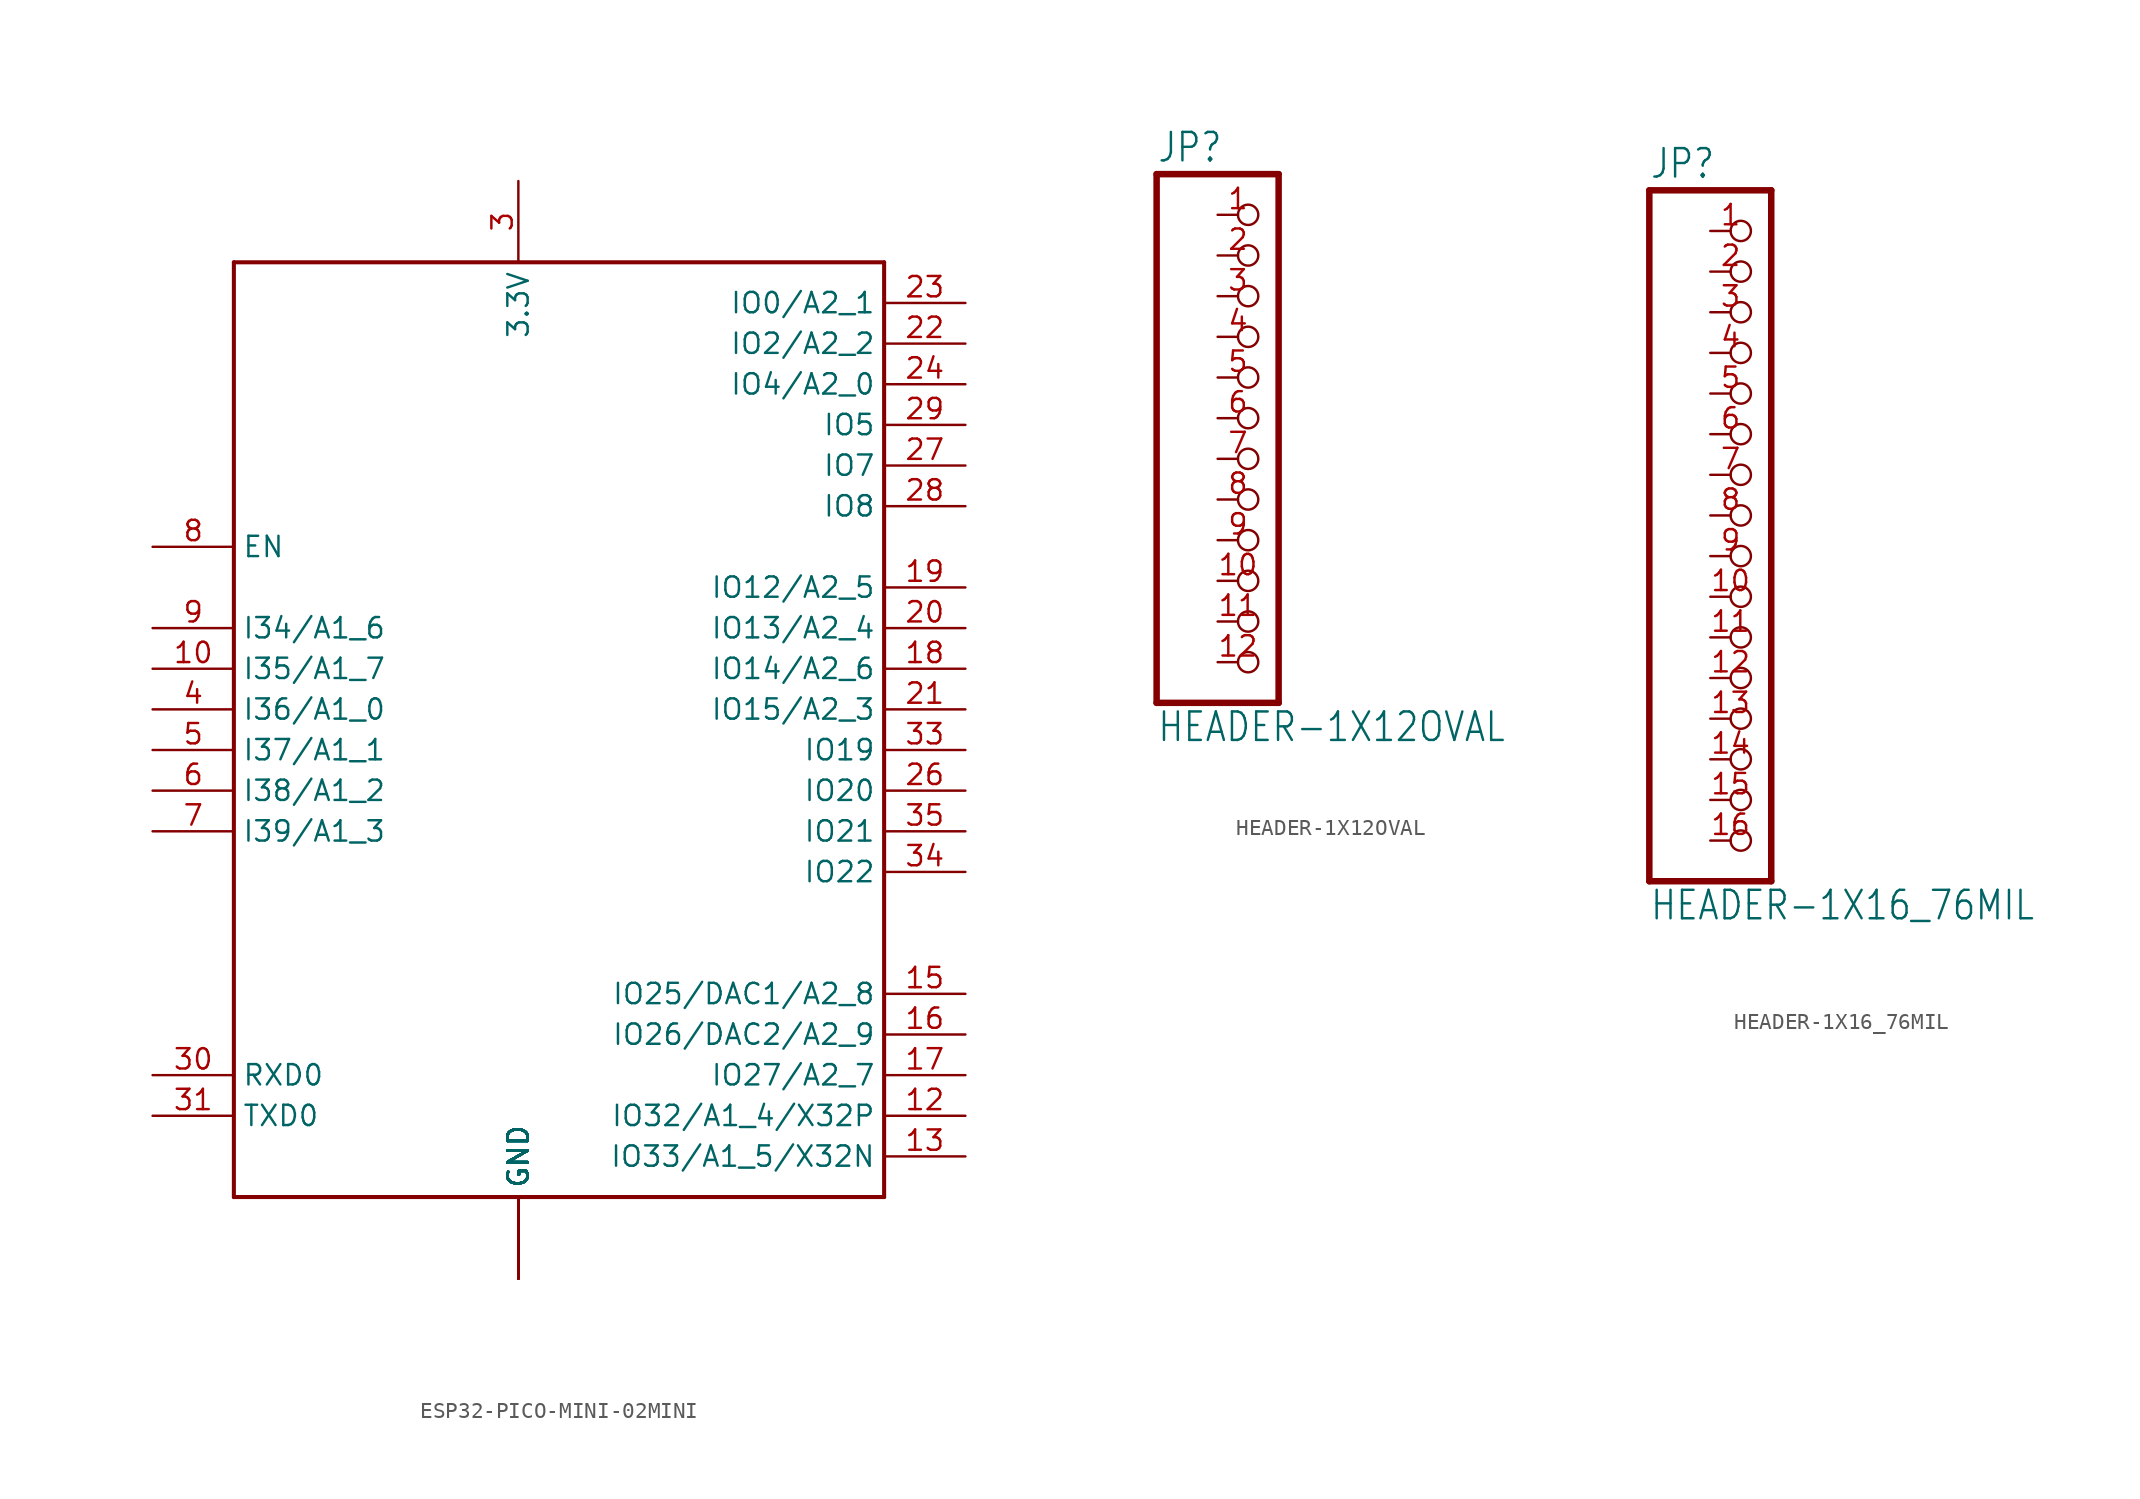
<source format=kicad_sym>
(kicad_symbol_lib
  (version 20211014)
  (generator kicad_symbol_editor)
  (symbol "ESP32-PICO-MINI-02MINI"
    (property "Reference" "X"
      (at 0 0 0)
      (effects (font (size 1.27 1.27)) hide))
    (property "ki_locked" ""
      (at 0 0 0)
      (effects (font (size 1.27 1.27))))
    (symbol "ESP32-PICO-MINI-02MINI_1_0"
      (polyline (pts (xy -17.78 -22.86) (xy -17.78 35.56)) (stroke (width 0.254) (type default) (color 0 0 0 0)) (fill (type none)))
      (polyline (pts (xy -17.78 35.56) (xy 22.86 35.56)) (stroke (width 0.254) (type default) (color 0 0 0 0)) (fill (type none)))
      (polyline (pts (xy 22.86 -22.86) (xy -17.78 -22.86)) (stroke (width 0.254) (type default) (color 0 0 0 0)) (fill (type none)))
      (polyline (pts (xy 22.86 35.56) (xy 22.86 -22.86)) (stroke (width 0.254) (type default) (color 0 0 0 0)) (fill (type none)))
      (pin passive line (at 0 -27.94 90) (length 5.08) (name "GND" (effects (font (size 1.27 1.27)))) (number "1" (effects (font (size 0 0)))))
      (pin input line (at -22.86 10.16 0) (length 5.08) (name "I35/A1_7" (effects (font (size 1.27 1.27)))) (number "10" (effects (font (size 1.27 1.27)))))
      (pin passive line (at 0 -27.94 90) (length 5.08) (name "GND" (effects (font (size 1.27 1.27)))) (number "11" (effects (font (size 0 0)))))
      (pin bidirectional line (at 27.94 -17.78 180) (length 5.08) (name "IO32/A1_4/X32P" (effects (font (size 1.27 1.27)))) (number "12" (effects (font (size 1.27 1.27)))))
      (pin bidirectional line (at 27.94 -20.32 180) (length 5.08) (name "IO33/A1_5/X32N" (effects (font (size 1.27 1.27)))) (number "13" (effects (font (size 1.27 1.27)))))
      (pin passive line (at 0 -27.94 90) (length 5.08) (name "GND" (effects (font (size 1.27 1.27)))) (number "14" (effects (font (size 0 0)))))
      (pin bidirectional line (at 27.94 -10.16 180) (length 5.08) (name "IO25/DAC1/A2_8" (effects (font (size 1.27 1.27)))) (number "15" (effects (font (size 1.27 1.27)))))
      (pin bidirectional line (at 27.94 -12.7 180) (length 5.08) (name "IO26/DAC2/A2_9" (effects (font (size 1.27 1.27)))) (number "16" (effects (font (size 1.27 1.27)))))
      (pin bidirectional line (at 27.94 -15.24 180) (length 5.08) (name "IO27/A2_7" (effects (font (size 1.27 1.27)))) (number "17" (effects (font (size 1.27 1.27)))))
      (pin bidirectional line (at 27.94 10.16 180) (length 5.08) (name "IO14/A2_6" (effects (font (size 1.27 1.27)))) (number "18" (effects (font (size 1.27 1.27)))))
      (pin bidirectional line (at 27.94 15.24 180) (length 5.08) (name "IO12/A2_5" (effects (font (size 1.27 1.27)))) (number "19" (effects (font (size 1.27 1.27)))))
      (pin passive line (at 0 -27.94 90) (length 5.08) (name "GND" (effects (font (size 1.27 1.27)))) (number "2" (effects (font (size 0 0)))))
      (pin bidirectional line (at 27.94 12.7 180) (length 5.08) (name "IO13/A2_4" (effects (font (size 1.27 1.27)))) (number "20" (effects (font (size 1.27 1.27)))))
      (pin bidirectional line (at 27.94 7.62 180) (length 5.08) (name "IO15/A2_3" (effects (font (size 1.27 1.27)))) (number "21" (effects (font (size 1.27 1.27)))))
      (pin bidirectional line (at 27.94 30.48 180) (length 5.08) (name "IO2/A2_2" (effects (font (size 1.27 1.27)))) (number "22" (effects (font (size 1.27 1.27)))))
      (pin bidirectional line (at 27.94 33.02 180) (length 5.08) (name "IO0/A2_1" (effects (font (size 1.27 1.27)))) (number "23" (effects (font (size 1.27 1.27)))))
      (pin bidirectional line (at 27.94 27.94 180) (length 5.08) (name "IO4/A2_0" (effects (font (size 1.27 1.27)))) (number "24" (effects (font (size 1.27 1.27)))))
      (pin bidirectional line (at 27.94 2.54 180) (length 5.08) (name "IO20" (effects (font (size 1.27 1.27)))) (number "26" (effects (font (size 1.27 1.27)))))
      (pin bidirectional line (at 27.94 22.86 180) (length 5.08) (name "IO7" (effects (font (size 1.27 1.27)))) (number "27" (effects (font (size 1.27 1.27)))))
      (pin bidirectional line (at 27.94 20.32 180) (length 5.08) (name "IO8" (effects (font (size 1.27 1.27)))) (number "28" (effects (font (size 1.27 1.27)))))
      (pin bidirectional line (at 27.94 25.4 180) (length 5.08) (name "IO5" (effects (font (size 1.27 1.27)))) (number "29" (effects (font (size 1.27 1.27)))))
      (pin passive line (at 0 40.64 270) (length 5.08) (name "3.3V" (effects (font (size 1.27 1.27)))) (number "3" (effects (font (size 1.27 1.27)))))
      (pin input line (at -22.86 -15.24 0) (length 5.08) (name "RXD0" (effects (font (size 1.27 1.27)))) (number "30" (effects (font (size 1.27 1.27)))))
      (pin output line (at -22.86 -17.78 0) (length 5.08) (name "TXD0" (effects (font (size 1.27 1.27)))) (number "31" (effects (font (size 1.27 1.27)))))
      (pin bidirectional line (at 27.94 5.08 180) (length 5.08) (name "IO19" (effects (font (size 1.27 1.27)))) (number "33" (effects (font (size 1.27 1.27)))))
      (pin bidirectional line (at 27.94 -2.54 180) (length 5.08) (name "IO22" (effects (font (size 1.27 1.27)))) (number "34" (effects (font (size 1.27 1.27)))))
      (pin bidirectional line (at 27.94 0 180) (length 5.08) (name "IO21" (effects (font (size 1.27 1.27)))) (number "35" (effects (font (size 1.27 1.27)))))
      (pin passive line (at 0 -27.94 90) (length 5.08) (name "GND" (effects (font (size 1.27 1.27)))) (number "36" (effects (font (size 0 0)))))
      (pin passive line (at 0 -27.94 90) (length 5.08) (name "GND" (effects (font (size 1.27 1.27)))) (number "37" (effects (font (size 0 0)))))
      (pin passive line (at 0 -27.94 90) (length 5.08) (name "GND" (effects (font (size 1.27 1.27)))) (number "38" (effects (font (size 0 0)))))
      (pin passive line (at 0 -27.94 90) (length 5.08) (name "GND" (effects (font (size 1.27 1.27)))) (number "39" (effects (font (size 0 0)))))
      (pin input line (at -22.86 7.62 0) (length 5.08) (name "I36/A1_0" (effects (font (size 1.27 1.27)))) (number "4" (effects (font (size 1.27 1.27)))))
      (pin passive line (at 0 -27.94 90) (length 5.08) (name "GND" (effects (font (size 1.27 1.27)))) (number "40" (effects (font (size 0 0)))))
      (pin passive line (at 0 -27.94 90) (length 5.08) (name "GND" (effects (font (size 1.27 1.27)))) (number "41" (effects (font (size 0 0)))))
      (pin passive line (at 0 -27.94 90) (length 5.08) (name "GND" (effects (font (size 1.27 1.27)))) (number "42" (effects (font (size 0 0)))))
      (pin passive line (at 0 -27.94 90) (length 5.08) (name "GND" (effects (font (size 1.27 1.27)))) (number "43" (effects (font (size 0 0)))))
      (pin passive line (at 0 -27.94 90) (length 5.08) (name "GND" (effects (font (size 1.27 1.27)))) (number "44" (effects (font (size 0 0)))))
      (pin passive line (at 0 -27.94 90) (length 5.08) (name "GND" (effects (font (size 1.27 1.27)))) (number "45" (effects (font (size 0 0)))))
      (pin passive line (at 0 -27.94 90) (length 5.08) (name "GND" (effects (font (size 1.27 1.27)))) (number "46" (effects (font (size 0 0)))))
      (pin passive line (at 0 -27.94 90) (length 5.08) (name "GND" (effects (font (size 1.27 1.27)))) (number "47" (effects (font (size 0 0)))))
      (pin passive line (at 0 -27.94 90) (length 5.08) (name "GND" (effects (font (size 1.27 1.27)))) (number "48" (effects (font (size 0 0)))))
      (pin passive line (at 0 -27.94 90) (length 5.08) (name "GND" (effects (font (size 1.27 1.27)))) (number "49" (effects (font (size 0 0)))))
      (pin input line (at -22.86 5.08 0) (length 5.08) (name "I37/A1_1" (effects (font (size 1.27 1.27)))) (number "5" (effects (font (size 1.27 1.27)))))
      (pin passive line (at 0 -27.94 90) (length 5.08) (name "GND" (effects (font (size 1.27 1.27)))) (number "50" (effects (font (size 0 0)))))
      (pin passive line (at 0 -27.94 90) (length 5.08) (name "GND" (effects (font (size 1.27 1.27)))) (number "51" (effects (font (size 0 0)))))
      (pin passive line (at 0 -27.94 90) (length 5.08) (name "GND" (effects (font (size 1.27 1.27)))) (number "52" (effects (font (size 0 0)))))
      (pin passive line (at 0 -27.94 90) (length 5.08) (name "GND" (effects (font (size 1.27 1.27)))) (number "53" (effects (font (size 0 0)))))
      (pin passive line (at 0 -27.94 90) (length 5.08) (name "GND" (effects (font (size 1.27 1.27)))) (number "54" (effects (font (size 0 0)))))
      (pin passive line (at 0 -27.94 90) (length 5.08) (name "GND" (effects (font (size 1.27 1.27)))) (number "55" (effects (font (size 0 0)))))
      (pin passive line (at 0 -27.94 90) (length 5.08) (name "GND" (effects (font (size 1.27 1.27)))) (number "56" (effects (font (size 0 0)))))
      (pin passive line (at 0 -27.94 90) (length 5.08) (name "GND" (effects (font (size 1.27 1.27)))) (number "57" (effects (font (size 0 0)))))
      (pin passive line (at 0 -27.94 90) (length 5.08) (name "GND" (effects (font (size 1.27 1.27)))) (number "58" (effects (font (size 0 0)))))
      (pin passive line (at 0 -27.94 90) (length 5.08) (name "GND" (effects (font (size 1.27 1.27)))) (number "59" (effects (font (size 0 0)))))
      (pin input line (at -22.86 2.54 0) (length 5.08) (name "I38/A1_2" (effects (font (size 1.27 1.27)))) (number "6" (effects (font (size 1.27 1.27)))))
      (pin passive line (at 0 -27.94 90) (length 5.08) (name "GND" (effects (font (size 1.27 1.27)))) (number "60" (effects (font (size 0 0)))))
      (pin passive line (at 0 -27.94 90) (length 5.08) (name "GND" (effects (font (size 1.27 1.27)))) (number "61" (effects (font (size 0 0)))))
      (pin input line (at -22.86 0 0) (length 5.08) (name "I39/A1_3" (effects (font (size 1.27 1.27)))) (number "7" (effects (font (size 1.27 1.27)))))
      (pin input line (at -22.86 17.78 0) (length 5.08) (name "EN" (effects (font (size 1.27 1.27)))) (number "8" (effects (font (size 1.27 1.27)))))
      (pin input line (at -22.86 12.7 0) (length 5.08) (name "I34/A1_6" (effects (font (size 1.27 1.27)))) (number "9" (effects (font (size 1.27 1.27)))))))
  (symbol "HEADER-1X12OVAL"
    (property "Reference" "JP"
      (at -6.35 18.415 0)
      (effects (font (size 1.778 1.511)) (justify left bottom)))
    (property "Value" "HEADER-1X12OVAL"
      (at -6.35 -17.78 0)
      (effects (font (size 1.778 1.511)) (justify left bottom)))
    (property "ki_locked" ""
      (at 0 0 0)
      (effects (font (size 1.27 1.27))))
    (symbol "HEADER-1X12OVAL_1_0"
      (polyline (pts (xy -6.35 -15.24) (xy 1.27 -15.24)) (stroke (width 0.406) (type default) (color 0 0 0 0)) (fill (type none)))
      (polyline (pts (xy -6.35 17.78) (xy -6.35 -15.24)) (stroke (width 0.406) (type default) (color 0 0 0 0)) (fill (type none)))
      (polyline (pts (xy 1.27 -15.24) (xy 1.27 17.78)) (stroke (width 0.406) (type default) (color 0 0 0 0)) (fill (type none)))
      (polyline (pts (xy 1.27 17.78) (xy -6.35 17.78)) (stroke (width 0.406) (type default) (color 0 0 0 0)) (fill (type none)))
      (pin passive inverted (at -2.54 15.24 0) (length 2.54) (name "1" (effects (font (size 0 0)))) (number "1" (effects (font (size 1.27 1.27)))))
      (pin passive inverted (at -2.54 -7.62 0) (length 2.54) (name "10" (effects (font (size 0 0)))) (number "10" (effects (font (size 1.27 1.27)))))
      (pin passive inverted (at -2.54 -10.16 0) (length 2.54) (name "11" (effects (font (size 0 0)))) (number "11" (effects (font (size 1.27 1.27)))))
      (pin passive inverted (at -2.54 -12.7 0) (length 2.54) (name "12" (effects (font (size 0 0)))) (number "12" (effects (font (size 1.27 1.27)))))
      (pin passive inverted (at -2.54 12.7 0) (length 2.54) (name "2" (effects (font (size 0 0)))) (number "2" (effects (font (size 1.27 1.27)))))
      (pin passive inverted (at -2.54 10.16 0) (length 2.54) (name "3" (effects (font (size 0 0)))) (number "3" (effects (font (size 1.27 1.27)))))
      (pin passive inverted (at -2.54 7.62 0) (length 2.54) (name "4" (effects (font (size 0 0)))) (number "4" (effects (font (size 1.27 1.27)))))
      (pin passive inverted (at -2.54 5.08 0) (length 2.54) (name "5" (effects (font (size 0 0)))) (number "5" (effects (font (size 1.27 1.27)))))
      (pin passive inverted (at -2.54 2.54 0) (length 2.54) (name "6" (effects (font (size 0 0)))) (number "6" (effects (font (size 1.27 1.27)))))
      (pin passive inverted (at -2.54 0 0) (length 2.54) (name "7" (effects (font (size 0 0)))) (number "7" (effects (font (size 1.27 1.27)))))
      (pin passive inverted (at -2.54 -2.54 0) (length 2.54) (name "8" (effects (font (size 0 0)))) (number "8" (effects (font (size 1.27 1.27)))))
      (pin passive inverted (at -2.54 -5.08 0) (length 2.54) (name "9" (effects (font (size 0 0)))) (number "9" (effects (font (size 1.27 1.27)))))))
  (symbol "HEADER-1X16_76MIL"
    (property "Reference" "JP"
      (at -6.35 20.955 0)
      (effects (font (size 1.778 1.511)) (justify left bottom)))
    (property "Value" "HEADER-1X16_76MIL"
      (at -6.35 -25.4 0)
      (effects (font (size 1.778 1.511)) (justify left bottom)))
    (property "ki_locked" ""
      (at 0 0 0)
      (effects (font (size 1.27 1.27))))
    (symbol "HEADER-1X16_76MIL_1_0"
      (polyline (pts (xy -6.35 -22.86) (xy 1.27 -22.86)) (stroke (width 0.406) (type default) (color 0 0 0 0)) (fill (type none)))
      (polyline (pts (xy -6.35 20.32) (xy -6.35 -22.86)) (stroke (width 0.406) (type default) (color 0 0 0 0)) (fill (type none)))
      (polyline (pts (xy 1.27 -22.86) (xy 1.27 20.32)) (stroke (width 0.406) (type default) (color 0 0 0 0)) (fill (type none)))
      (polyline (pts (xy 1.27 20.32) (xy -6.35 20.32)) (stroke (width 0.406) (type default) (color 0 0 0 0)) (fill (type none)))
      (pin passive inverted (at -2.54 17.78 0) (length 2.54) (name "1" (effects (font (size 0 0)))) (number "1" (effects (font (size 1.27 1.27)))))
      (pin passive inverted (at -2.54 -5.08 0) (length 2.54) (name "10" (effects (font (size 0 0)))) (number "10" (effects (font (size 1.27 1.27)))))
      (pin passive inverted (at -2.54 -7.62 0) (length 2.54) (name "11" (effects (font (size 0 0)))) (number "11" (effects (font (size 1.27 1.27)))))
      (pin passive inverted (at -2.54 -10.16 0) (length 2.54) (name "12" (effects (font (size 0 0)))) (number "12" (effects (font (size 1.27 1.27)))))
      (pin passive inverted (at -2.54 -12.7 0) (length 2.54) (name "13" (effects (font (size 0 0)))) (number "13" (effects (font (size 1.27 1.27)))))
      (pin passive inverted (at -2.54 -15.24 0) (length 2.54) (name "14" (effects (font (size 0 0)))) (number "14" (effects (font (size 1.27 1.27)))))
      (pin passive inverted (at -2.54 -17.78 0) (length 2.54) (name "15" (effects (font (size 0 0)))) (number "15" (effects (font (size 1.27 1.27)))))
      (pin passive inverted (at -2.54 -20.32 0) (length 2.54) (name "16" (effects (font (size 0 0)))) (number "16" (effects (font (size 1.27 1.27)))))
      (pin passive inverted (at -2.54 15.24 0) (length 2.54) (name "2" (effects (font (size 0 0)))) (number "2" (effects (font (size 1.27 1.27)))))
      (pin passive inverted (at -2.54 12.7 0) (length 2.54) (name "3" (effects (font (size 0 0)))) (number "3" (effects (font (size 1.27 1.27)))))
      (pin passive inverted (at -2.54 10.16 0) (length 2.54) (name "4" (effects (font (size 0 0)))) (number "4" (effects (font (size 1.27 1.27)))))
      (pin passive inverted (at -2.54 7.62 0) (length 2.54) (name "5" (effects (font (size 0 0)))) (number "5" (effects (font (size 1.27 1.27)))))
      (pin passive inverted (at -2.54 5.08 0) (length 2.54) (name "6" (effects (font (size 0 0)))) (number "6" (effects (font (size 1.27 1.27)))))
      (pin passive inverted (at -2.54 2.54 0) (length 2.54) (name "7" (effects (font (size 0 0)))) (number "7" (effects (font (size 1.27 1.27)))))
      (pin passive inverted (at -2.54 0 0) (length 2.54) (name "8" (effects (font (size 0 0)))) (number "8" (effects (font (size 1.27 1.27)))))
      (pin passive inverted (at -2.54 -2.54 0) (length 2.54) (name "9" (effects (font (size 0 0)))) (number "9" (effects (font (size 1.27 1.27))))))))
</source>
